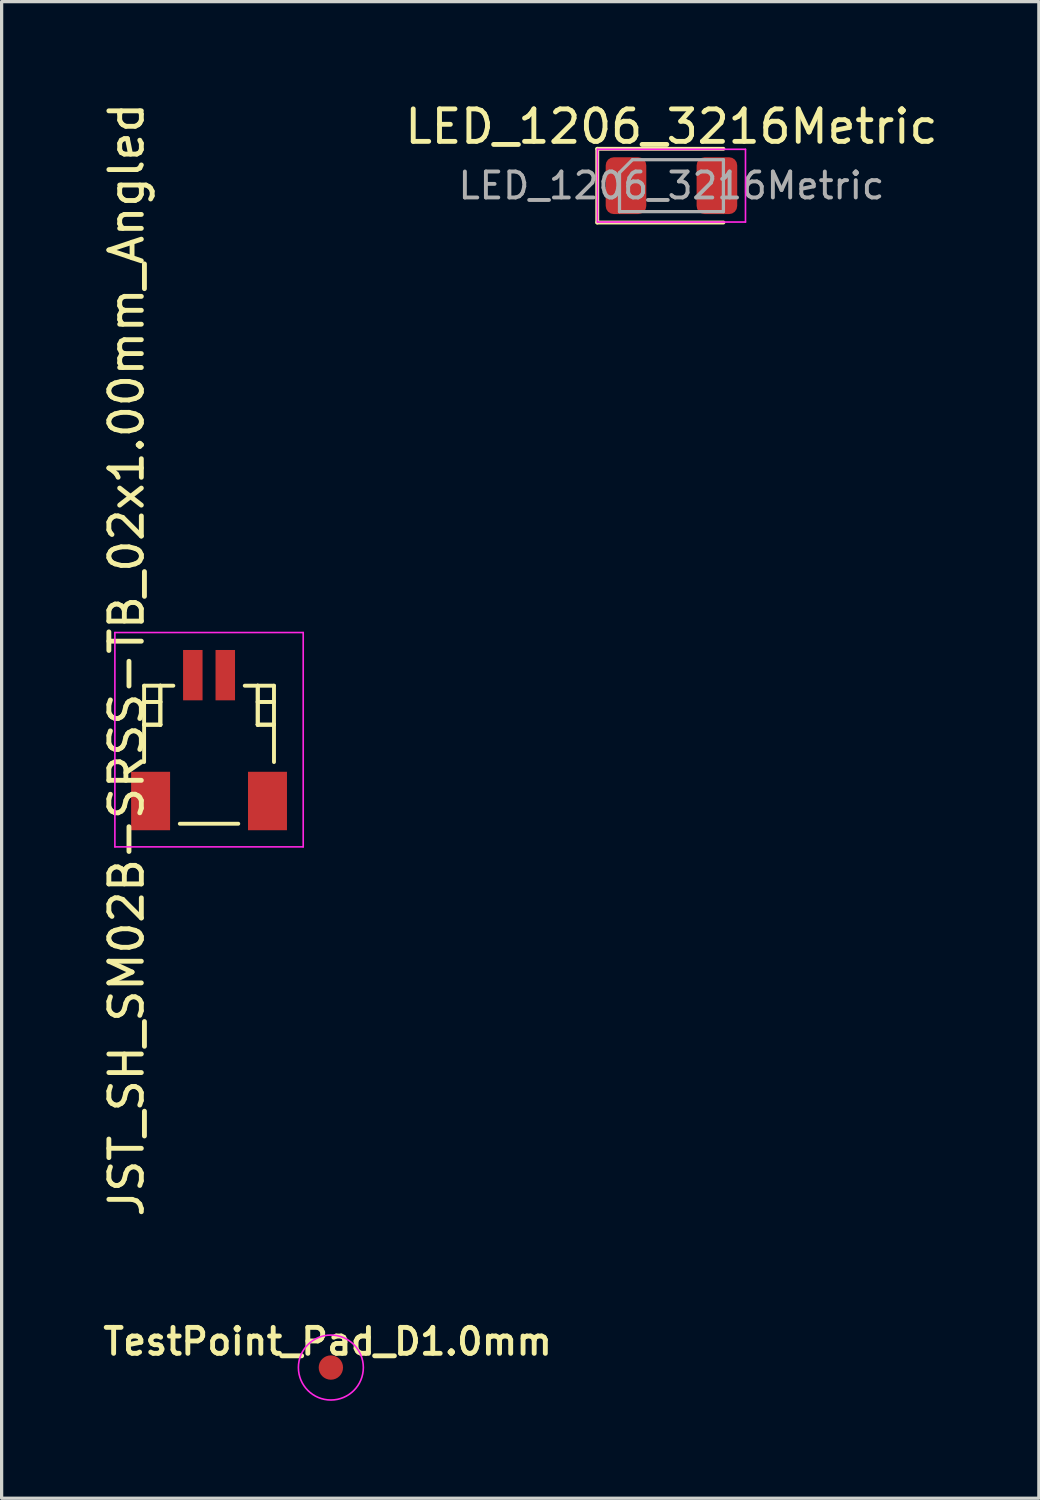
<source format=kicad_pcb>
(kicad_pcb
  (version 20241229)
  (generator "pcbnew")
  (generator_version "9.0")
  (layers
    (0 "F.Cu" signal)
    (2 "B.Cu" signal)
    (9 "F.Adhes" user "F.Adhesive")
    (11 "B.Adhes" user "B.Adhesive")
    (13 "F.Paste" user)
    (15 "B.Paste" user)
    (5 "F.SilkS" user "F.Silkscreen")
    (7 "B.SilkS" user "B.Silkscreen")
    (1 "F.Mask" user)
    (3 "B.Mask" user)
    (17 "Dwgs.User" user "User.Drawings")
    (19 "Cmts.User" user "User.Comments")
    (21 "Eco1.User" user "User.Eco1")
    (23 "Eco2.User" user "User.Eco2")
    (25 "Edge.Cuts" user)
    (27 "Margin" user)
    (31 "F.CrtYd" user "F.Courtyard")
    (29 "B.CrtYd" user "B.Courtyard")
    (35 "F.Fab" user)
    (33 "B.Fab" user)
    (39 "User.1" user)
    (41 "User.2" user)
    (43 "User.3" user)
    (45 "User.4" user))
  (footprint "TestPoint_Pad_D1.0mm"
    (layer "F.Cu")
    (at 7.14 39.067)
    (property "Reference" "TestPoint_Pad_D1.0mm" (at -0.1 -0.8 0) (layer "F.SilkS") (effects (font (size 0.8 0.8) (thickness 0.15))))
    (attr exclude_from_pos_files exclude_from_bom)
    (fp_circle (center 0 0) (end 1 0) (stroke (width 0.05) (type solid)) (fill no) (layer "F.CrtYd"))
    (pad "1" smd circle (at 0 0) (size 0.75 0.75) (layers "F.Cu" "F.Mask")))
  (footprint "JST_SH_SM02B-SRSS-TB_02x1.00mm_Angled"
    (layer "F.Cu")
    (at 3.388 19.681)
    (property "Reference" "JST_SH_SM02B-SRSS-TB_02x1.00mm_Angled" (at -2.54 -2.413 270) (layer "F.SilkS") (effects (font (size 1 1) (thickness 0.15))))
    (attr smd)
    (fp_line (start -2 -1.613) (end -1.1 -1.613) (stroke (width 0.12) (type solid)) (layer "F.SilkS"))
    (fp_line (start -2 -1.113) (end -2 -1.113) (stroke (width 0.12) (type solid)) (layer "F.SilkS"))
    (fp_line (start -2 -1.113) (end -1.5 -1.113) (stroke (width 0.12) (type solid)) (layer "F.SilkS"))
    (fp_line (start -2 -0.412) (end -2 -0.412) (stroke (width 0.12) (type solid)) (layer "F.SilkS"))
    (fp_line (start -2 -0.412) (end -1.5 -0.412) (stroke (width 0.12) (type solid)) (layer "F.SilkS"))
    (fp_line (start -2 0.738) (end -2 -1.613) (stroke (width 0.12) (type solid)) (layer "F.SilkS"))
    (fp_line (start -1.5 -1.613) (end -1.5 -1.613) (stroke (width 0.12) (type solid)) (layer "F.SilkS"))
    (fp_line (start -1.5 -1.613) (end -1.5 -0.412) (stroke (width 0.12) (type solid)) (layer "F.SilkS"))
    (fp_line (start -1.5 -1.113) (end -2 -1.113) (stroke (width 0.12) (type solid)) (layer "F.SilkS"))
    (fp_line (start -1.5 -1.113) (end -1.5 -1.113) (stroke (width 0.12) (type solid)) (layer "F.SilkS"))
    (fp_line (start -1.5 -0.412) (end -2 -0.412) (stroke (width 0.12) (type solid)) (layer "F.SilkS"))
    (fp_line (start -1.5 -0.412) (end -1.5 -1.613) (stroke (width 0.12) (type solid)) (layer "F.SilkS"))
    (fp_line (start -1.5 -0.412) (end -1.5 -0.412) (stroke (width 0.12) (type solid)) (layer "F.SilkS"))
    (fp_line (start -1.5 -0.412) (end -1.5 -0.412) (stroke (width 0.12) (type solid)) (layer "F.SilkS"))
    (fp_line (start -0.9 2.638) (end 0.9 2.638) (stroke (width 0.12) (type solid)) (layer "F.SilkS"))
    (fp_line (start 1.5 -1.613) (end 1.5 -1.613) (stroke (width 0.12) (type solid)) (layer "F.SilkS"))
    (fp_line (start 1.5 -1.613) (end 1.5 -0.412) (stroke (width 0.12) (type solid)) (layer "F.SilkS"))
    (fp_line (start 1.5 -1.113) (end 1.5 -1.113) (stroke (width 0.12) (type solid)) (layer "F.SilkS"))
    (fp_line (start 1.5 -1.113) (end 2 -1.113) (stroke (width 0.12) (type solid)) (layer "F.SilkS"))
    (fp_line (start 1.5 -0.412) (end 1.5 -1.613) (stroke (width 0.12) (type solid)) (layer "F.SilkS"))
    (fp_line (start 1.5 -0.412) (end 1.5 -0.412) (stroke (width 0.12) (type solid)) (layer "F.SilkS"))
    (fp_line (start 1.5 -0.412) (end 1.5 -0.412) (stroke (width 0.12) (type solid)) (layer "F.SilkS"))
    (fp_line (start 1.5 -0.412) (end 2 -0.412) (stroke (width 0.12) (type solid)) (layer "F.SilkS"))
    (fp_line (start 2 -1.613) (end 1.1 -1.613) (stroke (width 0.12) (type solid)) (layer "F.SilkS"))
    (fp_line (start 2 -1.113) (end 1.5 -1.113) (stroke (width 0.12) (type solid)) (layer "F.SilkS"))
    (fp_line (start 2 -1.113) (end 2 -1.113) (stroke (width 0.12) (type solid)) (layer "F.SilkS"))
    (fp_line (start 2 -0.412) (end 1.5 -0.412) (stroke (width 0.12) (type solid)) (layer "F.SilkS"))
    (fp_line (start 2 -0.412) (end 2 -0.412) (stroke (width 0.12) (type solid)) (layer "F.SilkS"))
    (fp_line (start 2 0.738) (end 2 -1.613) (stroke (width 0.12) (type solid)) (layer "F.SilkS"))
    (fp_line (start -2.9 -3.25) (end 2.9 -3.25) (stroke (width 0.05) (type solid)) (layer "F.CrtYd"))
    (fp_line (start -2.9 3.35) (end -2.9 -3.25) (stroke (width 0.05) (type solid)) (layer "F.CrtYd"))
    (fp_line (start 2.9 -3.25) (end 2.9 3.35) (stroke (width 0.05) (type solid)) (layer "F.CrtYd"))
    (fp_line (start 2.9 3.35) (end -2.9 3.35) (stroke (width 0.05) (type solid)) (layer "F.CrtYd"))
    (pad "1" smd rect (at -1.8 1.938) (size 1.2 1.8) (layers "F.Cu" "F.Mask" "F.Paste"))
    (pad "1" smd rect (at -0.5 -1.938) (size 0.6 1.55) (layers "F.Cu" "F.Mask" "F.Paste"))
    (pad "2" smd rect (at 0.5 -1.938) (size 0.6 1.55) (layers "F.Cu" "F.Mask" "F.Paste"))
    (pad "2" smd rect (at 1.8 1.938) (size 1.2 1.8) (layers "F.Cu" "F.Mask" "F.Paste")))
  (footprint "LED_1206_3216Metric"
    (layer "F.Cu")
    (at 17.629 2.668)
    (property "Reference" "LED_1206_3216Metric" (at 0 -1.82 0) (layer "F.SilkS") (effects (font (size 1 1) (thickness 0.15))))
    (attr smd)
    (fp_line (start -2.285 -1.135) (end -2.285 1.135) (stroke (width 0.12) (type solid)) (layer "F.SilkS"))
    (fp_line (start -2.285 1.135) (end 1.6 1.135) (stroke (width 0.12) (type solid)) (layer "F.SilkS"))
    (fp_line (start 1.6 -1.135) (end -2.285 -1.135) (stroke (width 0.12) (type solid)) (layer "F.SilkS"))
    (fp_line (start -2.28 -1.12) (end 2.28 -1.12) (stroke (width 0.05) (type solid)) (layer "F.CrtYd"))
    (fp_line (start -2.28 1.12) (end -2.28 -1.12) (stroke (width 0.05) (type solid)) (layer "F.CrtYd"))
    (fp_line (start 2.28 -1.12) (end 2.28 1.12) (stroke (width 0.05) (type solid)) (layer "F.CrtYd"))
    (fp_line (start 2.28 1.12) (end -2.28 1.12) (stroke (width 0.05) (type solid)) (layer "F.CrtYd"))
    (fp_line (start -1.6 -0.4) (end -1.6 0.8) (stroke (width 0.1) (type solid)) (layer "F.Fab"))
    (fp_line (start -1.6 0.8) (end 1.6 0.8) (stroke (width 0.1) (type solid)) (layer "F.Fab"))
    (fp_line (start -1.2 -0.8) (end -1.6 -0.4) (stroke (width 0.1) (type solid)) (layer "F.Fab"))
    (fp_line (start 1.6 -0.8) (end -1.2 -0.8) (stroke (width 0.1) (type solid)) (layer "F.Fab"))
    (fp_line (start 1.6 0.8) (end 1.6 -0.8) (stroke (width 0.1) (type solid)) (layer "F.Fab"))
    (fp_text user "${REFERENCE}" (at 0 0 0) (layer "F.Fab") (effects (font (size 0.8 0.8) (thickness 0.12))))
    (pad "1" smd roundrect (at -1.4 0) (size 1.25 1.75) (layers "F.Cu" "F.Mask" "F.Paste") (roundrect_rratio 0.2))
    (pad "2" smd roundrect (at 1.4 0) (size 1.25 1.75) (layers "F.Cu" "F.Mask" "F.Paste") (roundrect_rratio 0.2)))
  (gr_rect
    (start -3 -3)
    (end 28.944 43.092)
    (stroke (width 0.1) (type default))
    (fill no)
    (layer "Edge.Cuts")))
</source>
